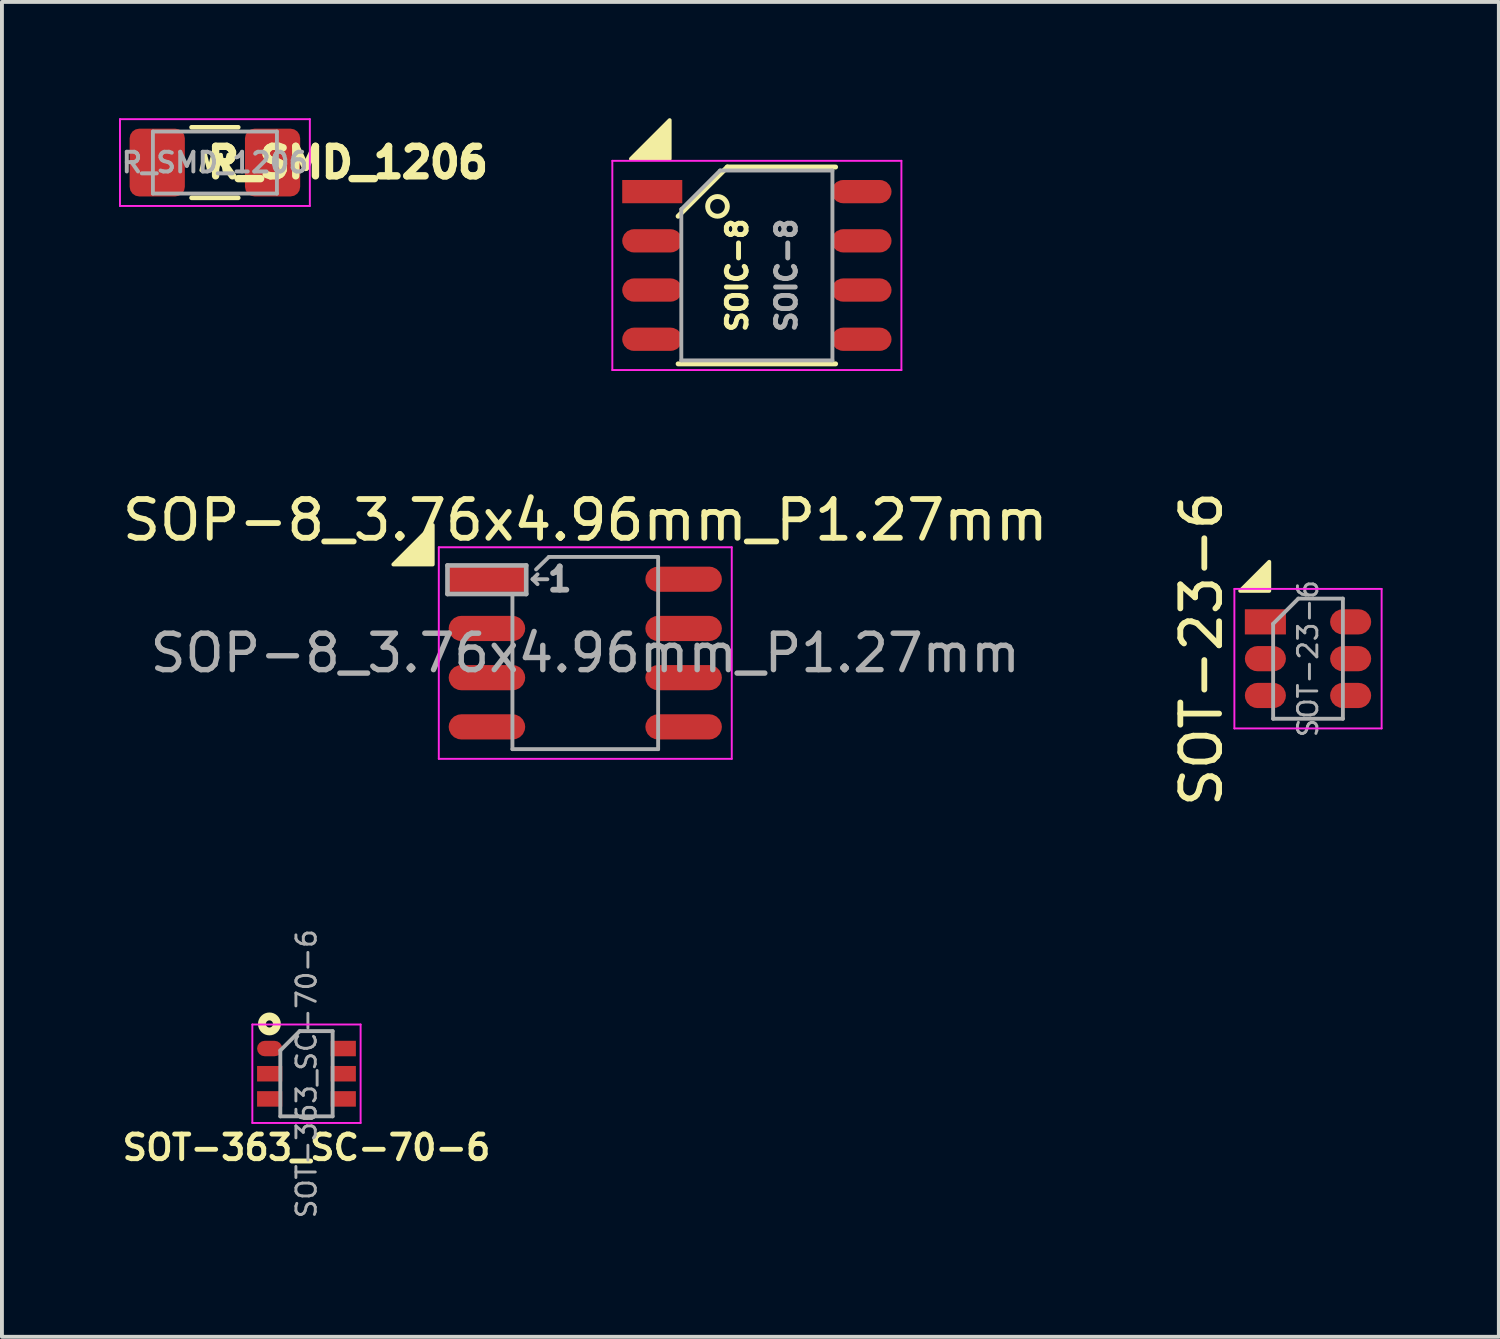
<source format=kicad_pcb>
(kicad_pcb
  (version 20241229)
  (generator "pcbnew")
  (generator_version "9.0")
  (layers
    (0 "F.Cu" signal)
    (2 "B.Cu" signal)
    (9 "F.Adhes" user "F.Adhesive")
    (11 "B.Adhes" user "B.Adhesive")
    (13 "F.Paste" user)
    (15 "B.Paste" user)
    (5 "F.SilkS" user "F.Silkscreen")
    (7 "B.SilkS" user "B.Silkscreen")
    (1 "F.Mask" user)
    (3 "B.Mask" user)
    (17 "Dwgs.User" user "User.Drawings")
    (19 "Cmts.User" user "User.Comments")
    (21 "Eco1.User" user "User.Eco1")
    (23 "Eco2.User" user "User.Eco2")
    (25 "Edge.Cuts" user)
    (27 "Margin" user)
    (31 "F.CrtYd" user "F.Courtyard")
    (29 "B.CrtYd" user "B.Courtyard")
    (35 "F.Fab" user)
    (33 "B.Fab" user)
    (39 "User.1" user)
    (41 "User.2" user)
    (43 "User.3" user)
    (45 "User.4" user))
  (footprint "SOP-8_3.76x4.96mm_P1.27mm"
    (layer "F.Cu")
    (at 12.054 13.803)
    (property "Reference" "SOP-8_3.76x4.96mm_P1.27mm" (at 0 -3.43 0) (layer "F.SilkS") (effects (font (size 1 1) (thickness 0.15))))
    (attr smd)
    (fp_poly (pts (xy -4.953 -2.286) (xy -3.937 -2.286) (xy -3.937 -3.302)) (stroke (width 0.1) (type solid)) (fill yes) (layer "F.SilkS"))
    (fp_line (start -3.78 -2.73) (end -3.78 2.73) (stroke (width 0.05) (type solid)) (layer "F.CrtYd"))
    (fp_line (start -3.78 2.73) (end 3.78 2.73) (stroke (width 0.05) (type solid)) (layer "F.CrtYd"))
    (fp_line (start 3.78 -2.73) (end -3.78 -2.73) (stroke (width 0.05) (type solid)) (layer "F.CrtYd"))
    (fp_line (start 3.78 2.73) (end 3.78 -2.73) (stroke (width 0.05) (type solid)) (layer "F.CrtYd"))
    (fp_line (start -3.556 -2.261) (end -1.524 -2.261) (stroke (width 0.12) (type solid)) (layer "F.Fab"))
    (fp_line (start -3.556 -1.524) (end -3.556 -2.261) (stroke (width 0.12) (type solid)) (layer "F.Fab"))
    (fp_line (start -1.88 2.48) (end -1.88 -1.499) (stroke (width 0.1) (type solid)) (layer "F.Fab"))
    (fp_line (start -1.524 -2.261) (end -1.524 -1.524) (stroke (width 0.12) (type solid)) (layer "F.Fab"))
    (fp_line (start -1.524 -1.524) (end -3.556 -1.524) (stroke (width 0.12) (type solid)) (layer "F.Fab"))
    (fp_line (start -1.359 -1.905) (end -1.232 -2.032) (stroke (width 0.1) (type solid)) (layer "F.Fab"))
    (fp_line (start -1.359 -1.905) (end -1.232 -1.778) (stroke (width 0.1) (type solid)) (layer "F.Fab"))
    (fp_line (start -1.27 -2.159) (end -0.94 -2.48) (stroke (width 0.1) (type solid)) (layer "F.Fab"))
    (fp_line (start -0.978 -1.905) (end -1.359 -1.905) (stroke (width 0.1) (type solid)) (layer "F.Fab"))
    (fp_line (start -0.94 -2.48) (end 1.88 -2.48) (stroke (width 0.1) (type solid)) (layer "F.Fab"))
    (fp_line (start 1.88 -2.48) (end 1.88 2.48) (stroke (width 0.1) (type solid)) (layer "F.Fab"))
    (fp_line (start 1.88 2.48) (end -1.88 2.48) (stroke (width 0.1) (type solid)) (layer "F.Fab"))
    (fp_text user "1" (at -0.66 -1.905 0) (layer "F.Fab") (effects (font (size 0.6 0.6) (thickness 0.15))))
    (fp_text user "${REFERENCE}" (at 0 0 0) (layer "F.Fab") (effects (font (size 0.94 0.94) (thickness 0.14))))
    (pad "1" smd trapezoid (at -2.538 -1.905) (size 1.975 0.65) (layers "F.Cu" "F.Mask" "F.Paste"))
    (pad "2" smd roundrect (at -2.538 -0.635) (size 1.975 0.65) (layers "F.Cu" "F.Mask" "F.Paste") (roundrect_rratio 0.5))
    (pad "3" smd roundrect (at -2.538 0.635) (size 1.975 0.65) (layers "F.Cu" "F.Mask" "F.Paste") (roundrect_rratio 0.5))
    (pad "4" smd roundrect (at -2.538 1.905) (size 1.975 0.65) (layers "F.Cu" "F.Mask" "F.Paste") (roundrect_rratio 0.5))
    (pad "5" smd roundrect (at 2.538 1.905) (size 1.975 0.65) (layers "F.Cu" "F.Mask" "F.Paste") (roundrect_rratio 0.5))
    (pad "6" smd roundrect (at 2.538 0.635) (size 1.975 0.65) (layers "F.Cu" "F.Mask" "F.Paste") (roundrect_rratio 0.5))
    (pad "7" smd roundrect (at 2.538 -0.635) (size 1.975 0.65) (layers "F.Cu" "F.Mask" "F.Paste") (roundrect_rratio 0.5))
    (pad "8" smd roundrect (at 2.538 -1.905) (size 1.975 0.65) (layers "F.Cu" "F.Mask" "F.Paste") (roundrect_rratio 0.5)))
  (footprint "SOIC-8"
    (layer "F.Cu")
    (at 16.482 3.8)
    (property "Reference" "SOIC-8" (at -0.508 0.254 90) (layer "F.SilkS") (effects (font (size 0.508 0.508) (thickness 0.127))))
    (attr smd)
    (fp_line (start -2.032 -1.27) (end -0.762 -2.54) (stroke (width 0.127) (type solid)) (layer "F.SilkS"))
    (fp_line (start -0.762 -2.54) (end 2.032 -2.54) (stroke (width 0.127) (type solid)) (layer "F.SilkS"))
    (fp_line (start 2.032 2.54) (end -2.032 2.54) (stroke (width 0.127) (type solid)) (layer "F.SilkS"))
    (fp_circle (center -1.016 -1.524) (end -0.762 -1.524) (stroke (width 0.127) (type solid)) (fill no) (layer "F.SilkS"))
    (fp_poly (pts (xy -3.25 -2.75) (xy -2.25 -2.75) (xy -2.25 -3.75)) (stroke (width 0.1) (type solid)) (fill yes) (layer "F.SilkS"))
    (fp_line (start -3.73 -2.7) (end -3.73 2.7) (stroke (width 0.05) (type solid)) (layer "F.CrtYd"))
    (fp_line (start -3.73 -2.7) (end 3.73 -2.7) (stroke (width 0.05) (type solid)) (layer "F.CrtYd"))
    (fp_line (start -3.73 2.7) (end 3.73 2.7) (stroke (width 0.05) (type solid)) (layer "F.CrtYd"))
    (fp_line (start 3.73 -2.7) (end 3.73 2.7) (stroke (width 0.05) (type solid)) (layer "F.CrtYd"))
    (fp_line (start -1.95 -1.45) (end -0.95 -2.45) (stroke (width 0.1) (type solid)) (layer "F.Fab"))
    (fp_line (start -1.95 2.45) (end -1.95 -1.45) (stroke (width 0.1) (type solid)) (layer "F.Fab"))
    (fp_line (start -0.95 -2.45) (end 1.95 -2.45) (stroke (width 0.1) (type solid)) (layer "F.Fab"))
    (fp_line (start 1.95 -2.45) (end 1.95 2.45) (stroke (width 0.1) (type solid)) (layer "F.Fab"))
    (fp_line (start 1.95 2.45) (end -1.95 2.45) (stroke (width 0.1) (type solid)) (layer "F.Fab"))
    (fp_text user "${REFERENCE}" (at 0.762 0.254 90) (layer "F.Fab") (effects (font (size 0.508 0.508) (thickness 0.127))))
    (pad "1" smd rect (at -2.7 -1.905) (size 1.55 0.6) (layers "F.Cu" "F.Mask" "F.Paste"))
    (pad "2" smd roundrect (at -2.7 -0.635) (size 1.55 0.6) (layers "F.Cu" "F.Mask" "F.Paste") (roundrect_rratio 0.5))
    (pad "3" smd roundrect (at -2.7 0.635) (size 1.55 0.6) (layers "F.Cu" "F.Mask" "F.Paste") (roundrect_rratio 0.5))
    (pad "4" smd roundrect (at -2.7 1.905) (size 1.55 0.6) (layers "F.Cu" "F.Mask" "F.Paste") (roundrect_rratio 0.5))
    (pad "5" smd roundrect (at 2.7 1.905) (size 1.55 0.6) (layers "F.Cu" "F.Mask" "F.Paste") (roundrect_rratio 0.5))
    (pad "6" smd roundrect (at 2.7 0.635) (size 1.55 0.6) (layers "F.Cu" "F.Mask" "F.Paste") (roundrect_rratio 0.5))
    (pad "7" smd roundrect (at 2.7 -0.635) (size 1.55 0.6) (layers "F.Cu" "F.Mask" "F.Paste") (roundrect_rratio 0.5))
    (pad "8" smd roundrect (at 2.7 -1.905) (size 1.55 0.6) (layers "F.Cu" "F.Mask" "F.Paste") (roundrect_rratio 0.5)))
  (footprint "SOT-363_SC-70-6"
    (layer "F.Cu")
    (at 4.859 24.659)
    (property "Reference" "SOT-363_SC-70-6" (at 0 1.905 180) (layer "F.SilkS") (effects (font (size 0.635 0.635) (thickness 0.127))))
    (attr smd)
    (fp_circle (center -0.956 -1.285) (end -0.864 -1.285) (stroke (width 0.203) (type solid)) (fill no) (layer "F.SilkS"))
    (fp_line (start -1.397 -1.27) (end -1.397 1.27) (stroke (width 0.05) (type solid)) (layer "F.CrtYd"))
    (fp_line (start -1.397 -1.27) (end 1.397 -1.27) (stroke (width 0.05) (type solid)) (layer "F.CrtYd"))
    (fp_line (start -1.397 1.27) (end 1.397 1.27) (stroke (width 0.05) (type solid)) (layer "F.CrtYd"))
    (fp_line (start 1.397 1.27) (end 1.397 -1.27) (stroke (width 0.05) (type solid)) (layer "F.CrtYd"))
    (fp_line (start -0.675 -0.6) (end -0.675 1.1) (stroke (width 0.1) (type solid)) (layer "F.Fab"))
    (fp_line (start -0.175 -1.1) (end -0.675 -0.6) (stroke (width 0.1) (type solid)) (layer "F.Fab"))
    (fp_line (start 0.675 -1.1) (end -0.175 -1.1) (stroke (width 0.1) (type solid)) (layer "F.Fab"))
    (fp_line (start 0.675 -1.1) (end 0.675 1.1) (stroke (width 0.1) (type solid)) (layer "F.Fab"))
    (fp_line (start 0.675 1.1) (end -0.675 1.1) (stroke (width 0.1) (type solid)) (layer "F.Fab"))
    (fp_text user "${REFERENCE}" (at 0 0 270) (layer "F.Fab") (effects (font (size 0.5 0.5) (thickness 0.075))))
    (pad "1" smd roundrect (at -0.95 -0.65) (size 0.65 0.4) (layers "F.Cu" "F.Mask" "F.Paste") (roundrect_rratio 0.5))
    (pad "2" smd rect (at -0.95 0) (size 0.65 0.4) (layers "F.Cu" "F.Mask" "F.Paste"))
    (pad "3" smd rect (at -0.95 0.65) (size 0.65 0.4) (layers "F.Cu" "F.Mask" "F.Paste"))
    (pad "4" smd rect (at 0.95 0.65) (size 0.65 0.4) (layers "F.Cu" "F.Mask" "F.Paste"))
    (pad "5" smd rect (at 0.95 0) (size 0.65 0.4) (layers "F.Cu" "F.Mask" "F.Paste"))
    (pad "6" smd rect (at 0.95 -0.65) (size 0.65 0.4) (layers "F.Cu" "F.Mask" "F.Paste")))
  (footprint "R_SMD_1206"
    (layer "F.Cu")
    (at 2.496 1.145)
    (property "Reference" "R_SMD_1206" (at 3.429 0 0) (layer "F.SilkS") (effects (font (size 0.762 0.762) (thickness 0.191))))
    (attr smd)
    (fp_line (start -0.602 -0.91) (end 0.602 -0.91) (stroke (width 0.12) (type solid)) (layer "F.SilkS"))
    (fp_line (start -0.602 0.91) (end 0.602 0.91) (stroke (width 0.12) (type solid)) (layer "F.SilkS"))
    (fp_line (start -0.35 0.2) (end -0.25 -0.2) (stroke (width 0.1) (type solid)) (layer "F.SilkS"))
    (fp_line (start -0.25 -0.2) (end -0.15 0.2) (stroke (width 0.1) (type solid)) (layer "F.SilkS"))
    (fp_line (start -0.15 0.2) (end -0.05 -0.2) (stroke (width 0.1) (type solid)) (layer "F.SilkS"))
    (fp_line (start -0.05 -0.2) (end 0.05 0.2) (stroke (width 0.1) (type solid)) (layer "F.SilkS"))
    (fp_line (start 0.05 0.2) (end 0.15 -0.2) (stroke (width 0.1) (type solid)) (layer "F.SilkS"))
    (fp_line (start 0.15 -0.2) (end 0.25 0.2) (stroke (width 0.1) (type solid)) (layer "F.SilkS"))
    (fp_line (start 0.25 0.2) (end 0.35 -0.2) (stroke (width 0.1) (type solid)) (layer "F.SilkS"))
    (fp_line (start -2.45 -1.12) (end 2.45 -1.12) (stroke (width 0.05) (type solid)) (layer "F.CrtYd"))
    (fp_line (start -2.45 1.12) (end -2.45 -1.12) (stroke (width 0.05) (type solid)) (layer "F.CrtYd"))
    (fp_line (start 2.45 -1.12) (end 2.45 1.12) (stroke (width 0.05) (type solid)) (layer "F.CrtYd"))
    (fp_line (start 2.45 1.12) (end -2.45 1.12) (stroke (width 0.05) (type solid)) (layer "F.CrtYd"))
    (fp_line (start -1.6 -0.8) (end 1.6 -0.8) (stroke (width 0.1) (type solid)) (layer "F.Fab"))
    (fp_line (start -1.6 0.8) (end -1.6 -0.8) (stroke (width 0.1) (type solid)) (layer "F.Fab"))
    (fp_line (start 1.6 -0.8) (end 1.6 0.8) (stroke (width 0.1) (type solid)) (layer "F.Fab"))
    (fp_line (start 1.6 0.8) (end -1.6 0.8) (stroke (width 0.1) (type solid)) (layer "F.Fab"))
    (fp_text user "${REFERENCE}" (at 0 0 180) (layer "F.Fab") (effects (font (size 0.508 0.508) (thickness 0.102))))
    (pad "1" smd roundrect (at -1.488 0) (size 1.425 1.75) (layers "F.Cu" "F.Mask" "F.Paste") (roundrect_rratio 0.175))
    (pad "2" smd roundrect (at 1.488 0) (size 1.425 1.75) (layers "F.Cu" "F.Mask" "F.Paste") (roundrect_rratio 0.175)))
  (footprint "SOT-23-6"
    (layer "F.Cu")
    (at 30.705 13.948)
    (property "Reference" "SOT-23-6" (at -2.75 -0.25 90) (layer "F.SilkS") (effects (font (size 1 1) (thickness 0.15))))
    (attr smd)
    (fp_poly (pts (xy -1.75 -1.75) (xy -1 -1.75) (xy -1 -2.5)) (stroke (width 0.1) (type solid)) (fill yes) (layer "F.SilkS"))
    (fp_line (start -1.9 -1.8) (end -1.9 1.8) (stroke (width 0.05) (type solid)) (layer "F.CrtYd"))
    (fp_line (start -1.9 1.8) (end 1.9 1.8) (stroke (width 0.05) (type solid)) (layer "F.CrtYd"))
    (fp_line (start 1.9 -1.8) (end -1.9 -1.8) (stroke (width 0.05) (type solid)) (layer "F.CrtYd"))
    (fp_line (start 1.9 1.8) (end 1.9 -1.8) (stroke (width 0.05) (type solid)) (layer "F.CrtYd"))
    (fp_line (start -0.9 -0.9) (end -0.9 1.55) (stroke (width 0.1) (type solid)) (layer "F.Fab"))
    (fp_line (start -0.9 -0.9) (end -0.25 -1.55) (stroke (width 0.1) (type solid)) (layer "F.Fab"))
    (fp_line (start 0.9 -1.55) (end -0.25 -1.55) (stroke (width 0.1) (type solid)) (layer "F.Fab"))
    (fp_line (start 0.9 -1.55) (end 0.9 1.55) (stroke (width 0.1) (type solid)) (layer "F.Fab"))
    (fp_line (start 0.9 1.55) (end -0.9 1.55) (stroke (width 0.1) (type solid)) (layer "F.Fab"))
    (fp_text user "${REFERENCE}" (at 0 0 90) (layer "F.Fab") (effects (font (size 0.5 0.5) (thickness 0.075))))
    (pad "1" smd rect (at -1.1 -0.95) (size 1.06 0.65) (layers "F.Cu" "F.Mask" "F.Paste"))
    (pad "2" smd roundrect (at -1.1 0) (size 1.06 0.65) (layers "F.Cu" "F.Mask" "F.Paste") (roundrect_rratio 0.5))
    (pad "3" smd roundrect (at -1.1 0.95) (size 1.06 0.65) (layers "F.Cu" "F.Mask" "F.Paste") (roundrect_rratio 0.5))
    (pad "4" smd roundrect (at 1.1 0.95) (size 1.06 0.65) (layers "F.Cu" "F.Mask" "F.Paste") (roundrect_rratio 0.5))
    (pad "5" smd roundrect (at 1.1 0) (size 1.06 0.65) (layers "F.Cu" "F.Mask" "F.Paste") (roundrect_rratio 0.5))
    (pad "6" smd roundrect (at 1.1 -0.95) (size 1.06 0.65) (layers "F.Cu" "F.Mask" "F.Paste") (roundrect_rratio 0.5)))
  (gr_rect
    (start -3 -3)
    (end 35.63 31.448)
    (stroke (width 0.1) (type default))
    (fill no)
    (layer "Edge.Cuts")))
</source>
